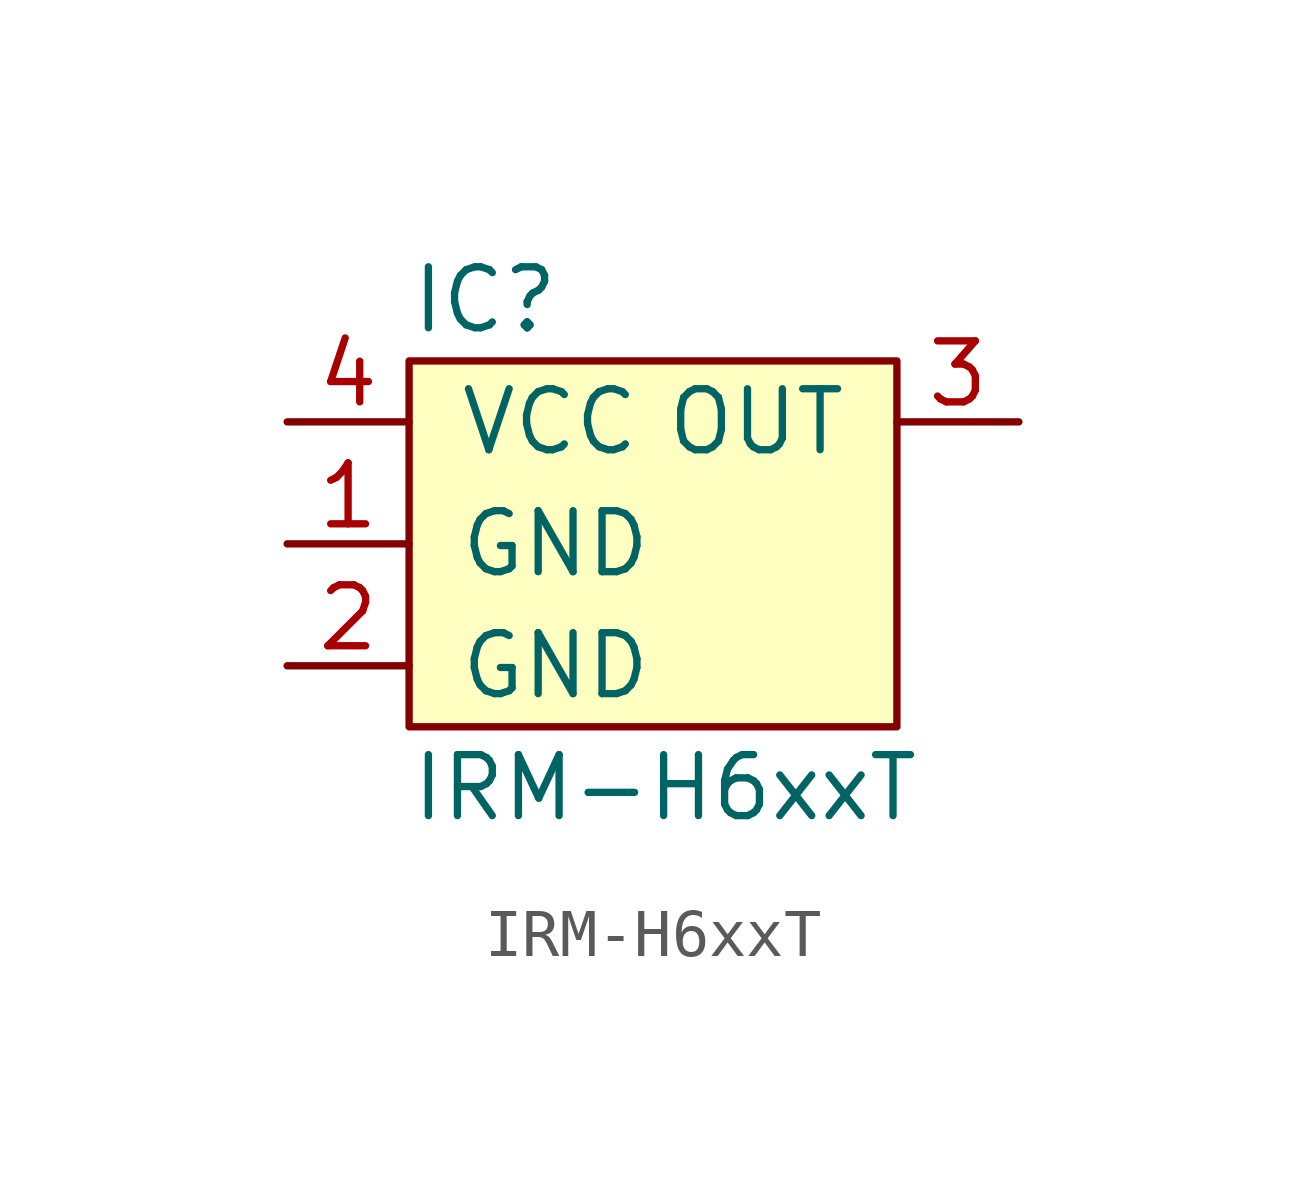
<source format=kicad_sym>
(kicad_symbol_lib
  (version 20211014)
  (generator agg_kicad.build_lib_ic)
  (symbol "IRM-H6xxT"
    (pin_names
      (offset 1.016))
    (property Reference IC
      (at -5.08 5.08 0)
      (effects (font (size 1.27 1.27)) (justify left)))
    (property Value "IRM-H6xxT"
      (at -5.08 -5.08 0)
      (effects (font (size 1.27 1.27)) (justify left)))
    (symbol "IRM-H6xxT_0_0"
      (rectangle (start -5.08 3.81) (end 5.08 -3.81) (stroke (width 0) (type default) (color 0 0 0 0)) (fill (type background)))
      (pin power_in line (at -7.62 2.54 0) (length 2.54) (name VCC (effects (font (size 1.27 1.27)))) (number "4" (effects (font (size 1.27 1.27)))))
      (pin power_in line (at -7.62 0 0) (length 2.54) (name GND (effects (font (size 1.27 1.27)))) (number "1" (effects (font (size 1.27 1.27)))))
      (pin power_in line (at -7.62 -2.54 0) (length 2.54) (name GND (effects (font (size 1.27 1.27)))) (number "2" (effects (font (size 1.27 1.27)))))
      (pin output line (at 7.62 2.54 180) (length 2.54) (name OUT (effects (font (size 1.27 1.27)))) (number "3" (effects (font (size 1.27 1.27))))))))
</source>
